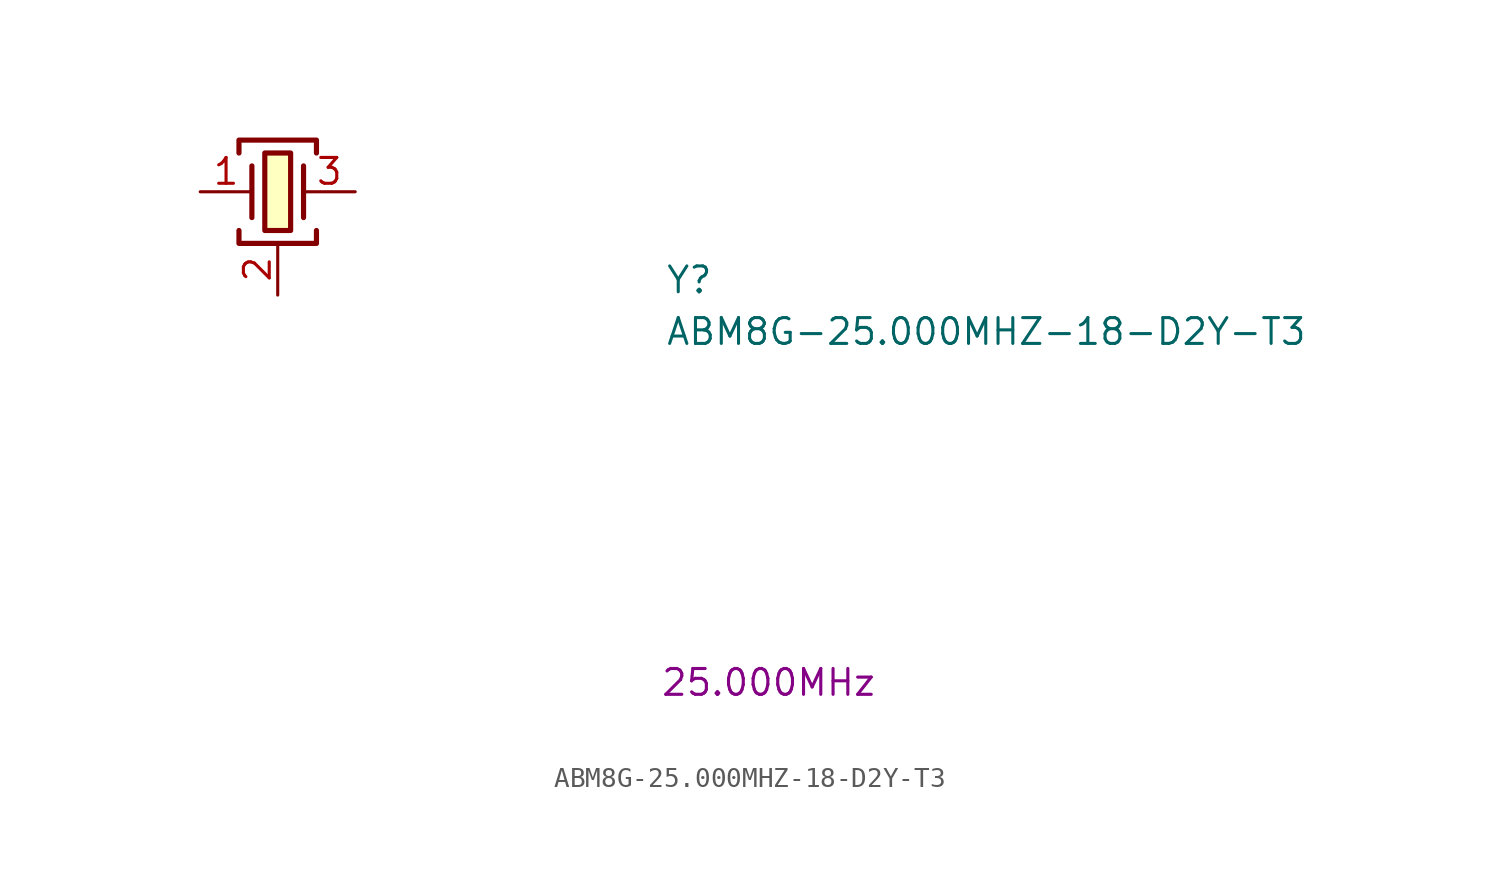
<source format=kicad_sym>
(kicad_symbol_lib
  (version 20211014)
  (generator kicad_symbol_editor)
  (symbol "ABM8G-25.000MHZ-18-D2Y-T3"
    (pin_names hide)
    (property "Reference" "Y"
      (at 22.86 -5.08 0)
      (effects (font (size 1.27 1.27) (thickness 0.15)) (justify left bottom)))
    (property "Value" "ABM8G-25.000MHZ-18-D2Y-T3"
      (at 22.86 -7.62 0)
      (effects (font (size 1.27 1.27) (thickness 0.15)) (justify left bottom)))
    (property "Val" "25.000MHz"
      (at 27.94 -24.13 0)
      (effects (font (size 1.27 1.27))))
    (symbol "ABM8G-25.000MHZ-18-D2Y-T3_1_1"
      (polyline (pts (xy 2.54 1.27) (xy 2.54 -1.27)) (stroke (width 0.254) (type default) (color 0 0 0 0)) (fill (type background)))
      (polyline (pts (xy 5.08 1.27) (xy 5.08 -1.27)) (stroke (width 0.254) (type default) (color 0 0 0 0)) (fill (type background)))
      (polyline (pts (xy 1.905 -1.905) (xy 1.905 -2.54) (xy 5.715 -2.54) (xy 5.715 -1.905)) (stroke (width 0.254) (type default) (color 0 0 0 0)) (fill (type none)))
      (polyline (pts (xy 1.905 1.905) (xy 1.905 2.54) (xy 5.715 2.54) (xy 5.715 1.905)) (stroke (width 0.254) (type default) (color 0 0 0 0)) (fill (type none)))
      (rectangle (start 3.175 1.905) (end 4.445 -1.905) (stroke (width 0.254) (type default) (color 0 0 0 0)) (fill (type background)))
      (pin passive line (at 0 0 0) (length 2.54) (name "~" (effects (font (size 1.27 1.27)))) (number "1" (effects (font (size 1.27 1.27)))))
      (pin passive line (at 3.81 -5.08 90) (length 2.54) (name "SH" (effects (font (size 1.27 1.27)))) (number "2" (effects (font (size 1.27 1.27)))))
      (pin passive line (at 7.62 0 180) (length 2.54) (name "~" (effects (font (size 1.27 1.27)))) (number "3" (effects (font (size 1.27 1.27)))))
      (pin passive line (at 3.81 -5.08 90) (length 2.54) hide (name "SH" (effects (font (size 1.27 1.27)))) (number "4" (effects (font (size 1.27 1.27))))))))
</source>
